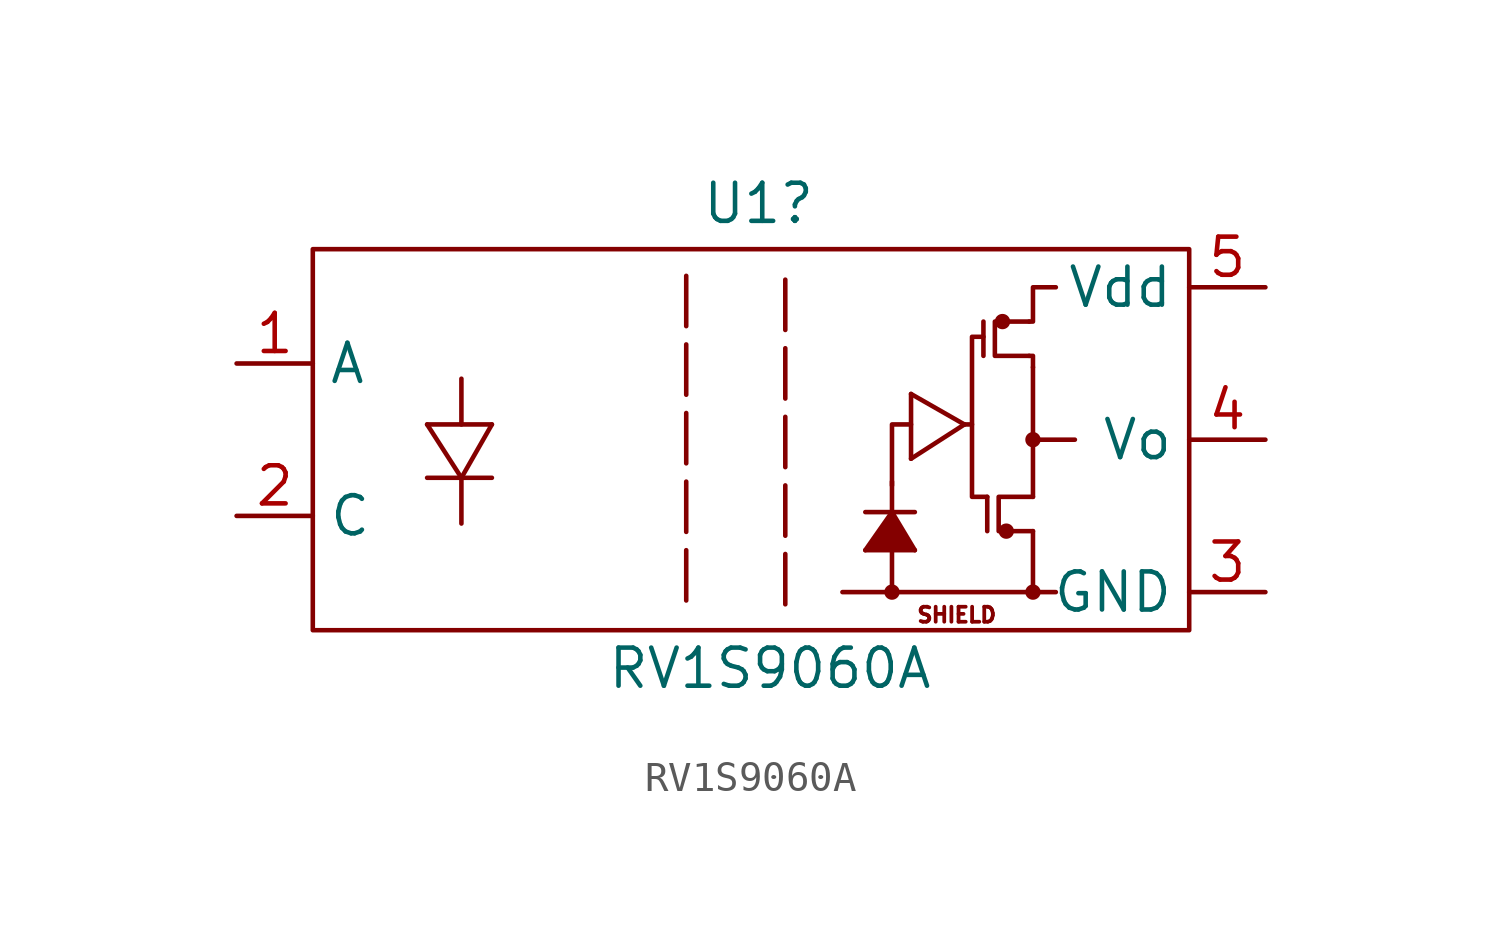
<source format=kicad_sym>
(kicad_symbol_lib
  (version 20220914)
  (generator kicad_symbol_editor)
  (symbol "RV1S9060A"
    (property "Reference" "U1"
      (at -0.381 0.254 0)
      (effects (font (size 1.27 1.27))))
    (property "Value" "RV1S9060A"
      (at 0 -15.24 0)
      (effects (font (size 1.27 1.27))))
    (symbol "RV1S9060A_0_1"
      (rectangle (start -15.24 -1.27) (end 13.97 -13.97) (stroke (width 0) (type default)) (fill (type none)))
      (polyline (pts (xy -11.43 -8.89) (xy -9.271 -8.89)) (stroke (width 0) (type default)) (fill (type none)))
      (polyline (pts (xy -10.287 -8.89) (xy -11.43 -7.112)) (stroke (width 0) (type default)) (fill (type none)))
      (polyline (pts (xy -10.287 -8.89) (xy -10.287 -10.414)) (stroke (width 0) (type default)) (fill (type none)))
      (polyline (pts (xy -10.287 -5.588) (xy -10.287 -7.112)) (stroke (width 0) (type default)) (fill (type none)))
      (polyline (pts (xy 4.064 -12.573) (xy 4.064 -11.303)) (stroke (width 0) (type default)) (fill (type none)))
      (polyline (pts (xy 4.064 -10.033) (xy 4.064 -9.017)) (stroke (width 0) (type default)) (fill (type none)))
      (polyline (pts (xy 4.826 -11.303) (xy 3.175 -11.303)) (stroke (width 0) (type default)) (fill (type none)))
      (polyline (pts (xy 4.826 -10.033) (xy 3.175 -10.033)) (stroke (width 0) (type default)) (fill (type none)))
      (polyline (pts (xy 6.477 -7.112) (xy 4.699 -8.255)) (stroke (width 0) (type default)) (fill (type none))))
    (symbol "RV1S9060A_1_1"
      (polyline (pts (xy -11.43 -7.112) (xy -9.271 -7.112)) (stroke (width 0) (type default)) (fill (type outline)))
      (polyline (pts (xy -10.287 -8.89) (xy -9.271 -7.112)) (stroke (width 0) (type default)) (fill (type outline)))
      (polyline (pts (xy -2.794 -2.159) (xy -2.794 -13.208)) (stroke (width 0) (type dash)) (fill (type none)))
      (polyline (pts (xy 0.508 -2.286) (xy 0.508 -13.335)) (stroke (width 0) (type dash)) (fill (type none)))
      (polyline (pts (xy 2.413 -12.7) (xy 8.89 -12.7)) (stroke (width 0) (type default)) (fill (type none)))
      (polyline (pts (xy 4.699 -8.255) (xy 4.699 -6.096)) (stroke (width 0) (type default)) (fill (type outline)))
      (polyline (pts (xy 6.477 -7.112) (xy 4.699 -6.096)) (stroke (width 0) (type default)) (fill (type outline)))
      (polyline (pts (xy 7.112 -3.683) (xy 7.112 -4.826)) (stroke (width 0) (type default)) (fill (type none)))
      (polyline (pts (xy 7.239 -9.525) (xy 7.239 -10.668)) (stroke (width 0) (type default)) (fill (type none)))
      (polyline (pts (xy 8.763 -12.7) (xy 9.525 -12.7)) (stroke (width 0) (type default)) (fill (type none)))
      (polyline (pts (xy 8.763 -10.668) (xy 8.763 -12.7)) (stroke (width 0) (type default)) (fill (type none)))
      (polyline (pts (xy 8.763 -9.525) (xy 8.763 -5.207)) (stroke (width 0) (type default)) (fill (type none)))
      (polyline (pts (xy 8.763 -7.62) (xy 10.16 -7.62)) (stroke (width 0) (type default)) (fill (type none)))
      (polyline (pts (xy 3.175 -11.303) (xy 4.064 -10.033) (xy 4.826 -11.303)) (stroke (width 0) (type default)) (fill (type outline)))
      (polyline (pts (xy 4.064 -9.144) (xy 4.064 -7.112) (xy 4.699 -7.112)) (stroke (width 0) (type default)) (fill (type none)))
      (polyline (pts (xy 6.731 -7.112) (xy 6.731 -9.525) (xy 7.239 -9.525)) (stroke (width 0) (type default)) (fill (type none)))
      (polyline (pts (xy 8.763 -5.207) (xy 8.763 -4.826) (xy 8.636 -4.826)) (stroke (width 0) (type default)) (fill (type none)))
      (polyline (pts (xy 7.112 -4.191) (xy 6.731 -4.191) (xy 6.731 -7.112) (xy 6.477 -7.112)) (stroke (width 0) (type default)) (fill (type none)))
      (polyline (pts (xy 8.636 -3.683) (xy 7.493 -3.683) (xy 7.493 -4.826) (xy 8.636 -4.826)) (stroke (width 0) (type default)) (fill (type none)))
      (polyline (pts (xy 8.636 -3.683) (xy 8.763 -3.683) (xy 8.763 -2.54) (xy 9.525 -2.54)) (stroke (width 0) (type default)) (fill (type none)))
      (polyline (pts (xy 8.763 -9.525) (xy 7.62 -9.525) (xy 7.62 -10.668) (xy 8.763 -10.668)) (stroke (width 0) (type default)) (fill (type none)))
      (circle (center 4.064 -12.7) (radius 0.18) (stroke (width 0) (type default)) (fill (type outline)))
      (circle (center 7.747 -3.683) (radius 0.18) (stroke (width 0) (type default)) (fill (type outline)))
      (circle (center 7.874 -10.668) (radius 0.18) (stroke (width 0) (type default)) (fill (type outline)))
      (circle (center 8.763 -12.7) (radius 0.18) (stroke (width 0) (type default)) (fill (type outline)))
      (circle (center 8.763 -7.62) (radius 0.18) (stroke (width 0) (type default)) (fill (type outline)))
      (text "SHIELD" (at 6.223 -13.462 0) (effects (font (size 0.5 0.5))))
      (pin passive line (at -17.78 -5.08 0) (length 2.54) (name "A" (effects (font (size 1.27 1.27)))) (number "1" (effects (font (size 1.27 1.27)))))
      (pin passive line (at -17.78 -10.16 0) (length 2.54) (name "C" (effects (font (size 1.27 1.27)))) (number "2" (effects (font (size 1.27 1.27)))))
      (pin passive line (at 16.51 -12.7 180) (length 2.54) (name "GND" (effects (font (size 1.27 1.27)))) (number "3" (effects (font (size 1.27 1.27)))))
      (pin passive line (at 16.51 -7.62 180) (length 2.54) (name "Vo" (effects (font (size 1.27 1.27)))) (number "4" (effects (font (size 1.27 1.27)))))
      (pin passive line (at 16.51 -2.54 180) (length 2.54) (name "Vdd" (effects (font (size 1.27 1.27)))) (number "5" (effects (font (size 1.27 1.27))))))))
</source>
